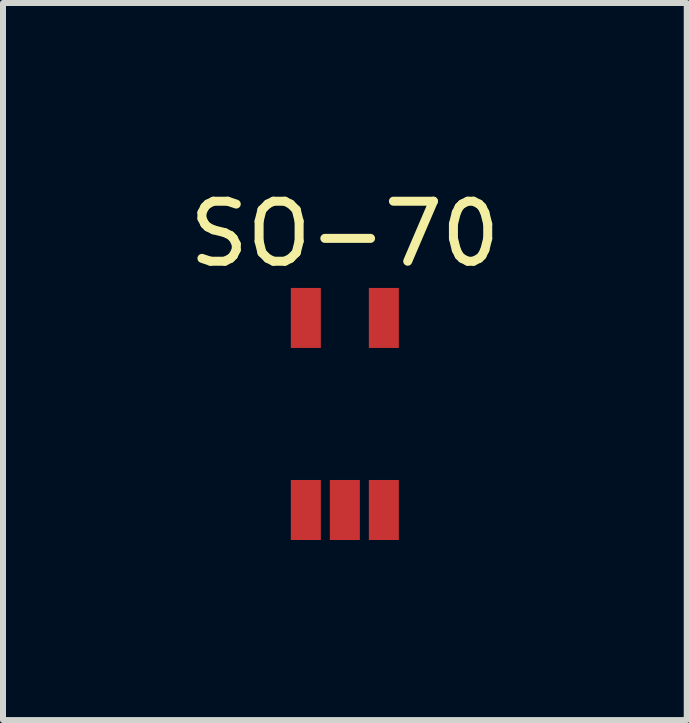
<source format=kicad_pcb>
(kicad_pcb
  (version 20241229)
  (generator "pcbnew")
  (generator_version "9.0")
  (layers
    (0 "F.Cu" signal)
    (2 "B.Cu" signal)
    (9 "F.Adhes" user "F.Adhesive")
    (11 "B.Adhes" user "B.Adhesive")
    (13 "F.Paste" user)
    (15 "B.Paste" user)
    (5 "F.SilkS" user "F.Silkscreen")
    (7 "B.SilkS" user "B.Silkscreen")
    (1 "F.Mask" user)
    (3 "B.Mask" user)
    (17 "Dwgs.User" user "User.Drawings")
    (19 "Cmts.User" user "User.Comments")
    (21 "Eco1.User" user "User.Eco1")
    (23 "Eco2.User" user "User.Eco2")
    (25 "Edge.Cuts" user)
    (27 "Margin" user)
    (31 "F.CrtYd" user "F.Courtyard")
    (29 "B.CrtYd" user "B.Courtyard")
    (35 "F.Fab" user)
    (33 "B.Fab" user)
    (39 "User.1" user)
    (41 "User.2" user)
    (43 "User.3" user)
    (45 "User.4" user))
  (footprint "SO-70"
    (layer "F.Cu")
    (at 2.696 3.848)
    (property "Reference" "SO-70" (at 0 -3 0) (layer "F.SilkS") (effects (font (size 1 1) (thickness 0.15))))
    (attr through_hole)
    (pad "1" smd rect (at -0.65 1.6) (size 0.5 1) (layers "F.Cu" "F.Mask" "F.Paste"))
    (pad "2" smd rect (at 0 1.6) (size 0.5 1) (layers "F.Cu" "F.Mask" "F.Paste"))
    (pad "3" smd rect (at 0.65 1.6) (size 0.5 1) (layers "F.Cu" "F.Mask" "F.Paste"))
    (pad "4" smd rect (at -0.65 -1.6) (size 0.5 1) (layers "F.Cu" "F.Mask" "F.Paste"))
    (pad "5" smd rect (at 0.65 -1.6) (size 0.5 1) (layers "F.Cu" "F.Mask" "F.Paste")))
  (gr_rect
    (start -3 -3)
    (end 8.393 8.948)
    (stroke (width 0.1) (type default))
    (fill no)
    (layer "Edge.Cuts")))
</source>
